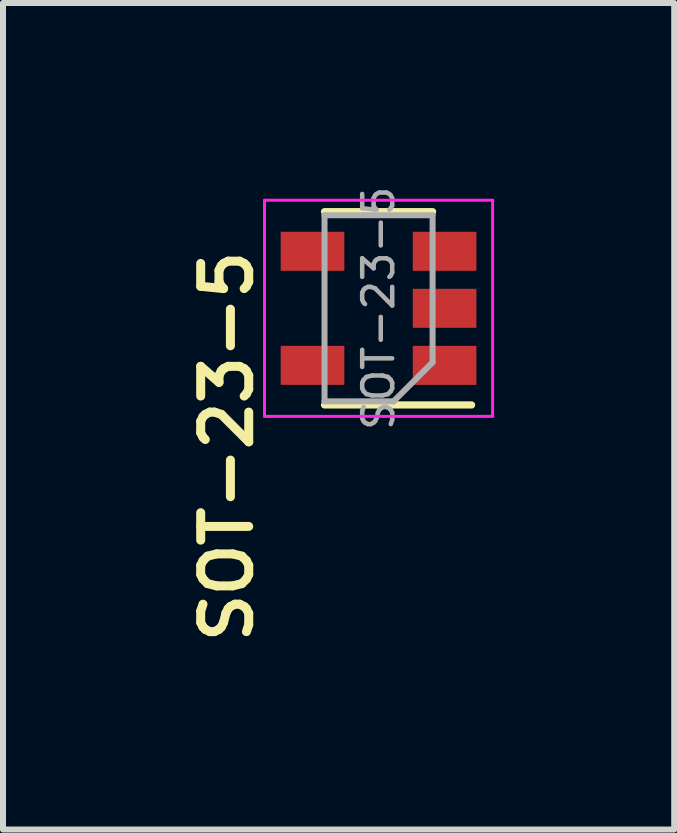
<source format=kicad_pcb>
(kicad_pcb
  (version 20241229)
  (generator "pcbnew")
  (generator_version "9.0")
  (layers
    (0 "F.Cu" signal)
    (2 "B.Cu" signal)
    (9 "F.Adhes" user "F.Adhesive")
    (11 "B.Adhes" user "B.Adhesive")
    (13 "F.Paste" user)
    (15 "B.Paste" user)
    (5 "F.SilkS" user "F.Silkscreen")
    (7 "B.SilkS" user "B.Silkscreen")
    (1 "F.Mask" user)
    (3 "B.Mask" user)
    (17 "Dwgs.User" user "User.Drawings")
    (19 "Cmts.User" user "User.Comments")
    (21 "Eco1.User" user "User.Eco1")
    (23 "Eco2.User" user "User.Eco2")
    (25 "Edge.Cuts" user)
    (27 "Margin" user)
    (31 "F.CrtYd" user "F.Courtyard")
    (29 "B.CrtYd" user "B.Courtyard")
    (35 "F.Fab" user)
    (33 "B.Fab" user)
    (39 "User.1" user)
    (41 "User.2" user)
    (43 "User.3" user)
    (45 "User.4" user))
  (footprint "SOT-23-5"
    (layer "F.Cu")
    (at 3.256 2.086)
    (property "Reference" "SOT-23-5" (at -2.525 2.3 270) (layer "F.SilkS") (effects (font (size 0.8 0.8) (thickness 0.15))))
    (attr smd)
    (fp_line (start -0.9 1.61) (end 1.55 1.61) (stroke (width 0.12) (type solid)) (layer "F.SilkS"))
    (fp_line (start 0.9 -1.61) (end -0.9 -1.61) (stroke (width 0.12) (type solid)) (layer "F.SilkS"))
    (fp_line (start -1.9 -1.8) (end 1.9 -1.8) (stroke (width 0.05) (type solid)) (layer "F.CrtYd"))
    (fp_line (start -1.9 1.8) (end -1.9 -1.8) (stroke (width 0.05) (type solid)) (layer "F.CrtYd"))
    (fp_line (start 1.9 -1.8) (end 1.9 1.8) (stroke (width 0.05) (type solid)) (layer "F.CrtYd"))
    (fp_line (start 1.9 1.8) (end -1.9 1.8) (stroke (width 0.05) (type solid)) (layer "F.CrtYd"))
    (fp_line (start -0.9 -1.55) (end 0.9 -1.55) (stroke (width 0.1) (type solid)) (layer "F.Fab"))
    (fp_line (start -0.9 1.55) (end -0.9 -1.55) (stroke (width 0.1) (type solid)) (layer "F.Fab"))
    (fp_line (start -0.9 1.55) (end 0.25 1.55) (stroke (width 0.1) (type solid)) (layer "F.Fab"))
    (fp_line (start 0.9 0.9) (end 0.25 1.55) (stroke (width 0.1) (type solid)) (layer "F.Fab"))
    (fp_line (start 0.9 0.9) (end 0.9 -1.55) (stroke (width 0.1) (type solid)) (layer "F.Fab"))
    (fp_text user "${REFERENCE}" (at 0 0 270) (layer "F.Fab") (effects (font (size 0.5 0.5) (thickness 0.075))))
    (pad "1" smd rect (at 1.1 0.95 180) (size 1.06 0.65) (layers "F.Cu" "F.Mask" "F.Paste"))
    (pad "2" smd rect (at 1.1 0 180) (size 1.06 0.65) (layers "F.Cu" "F.Mask" "F.Paste"))
    (pad "3" smd rect (at 1.1 -0.95 180) (size 1.06 0.65) (layers "F.Cu" "F.Mask" "F.Paste"))
    (pad "4" smd rect (at -1.1 -0.95 180) (size 1.06 0.65) (layers "F.Cu" "F.Mask" "F.Paste"))
    (pad "5" smd rect (at -1.1 0.95 180) (size 1.06 0.65) (layers "F.Cu" "F.Mask" "F.Paste")))
  (gr_rect
    (start -3 -3)
    (end 8.181 10.769)
    (stroke (width 0.1) (type default))
    (fill no)
    (layer "Edge.Cuts")))
</source>
